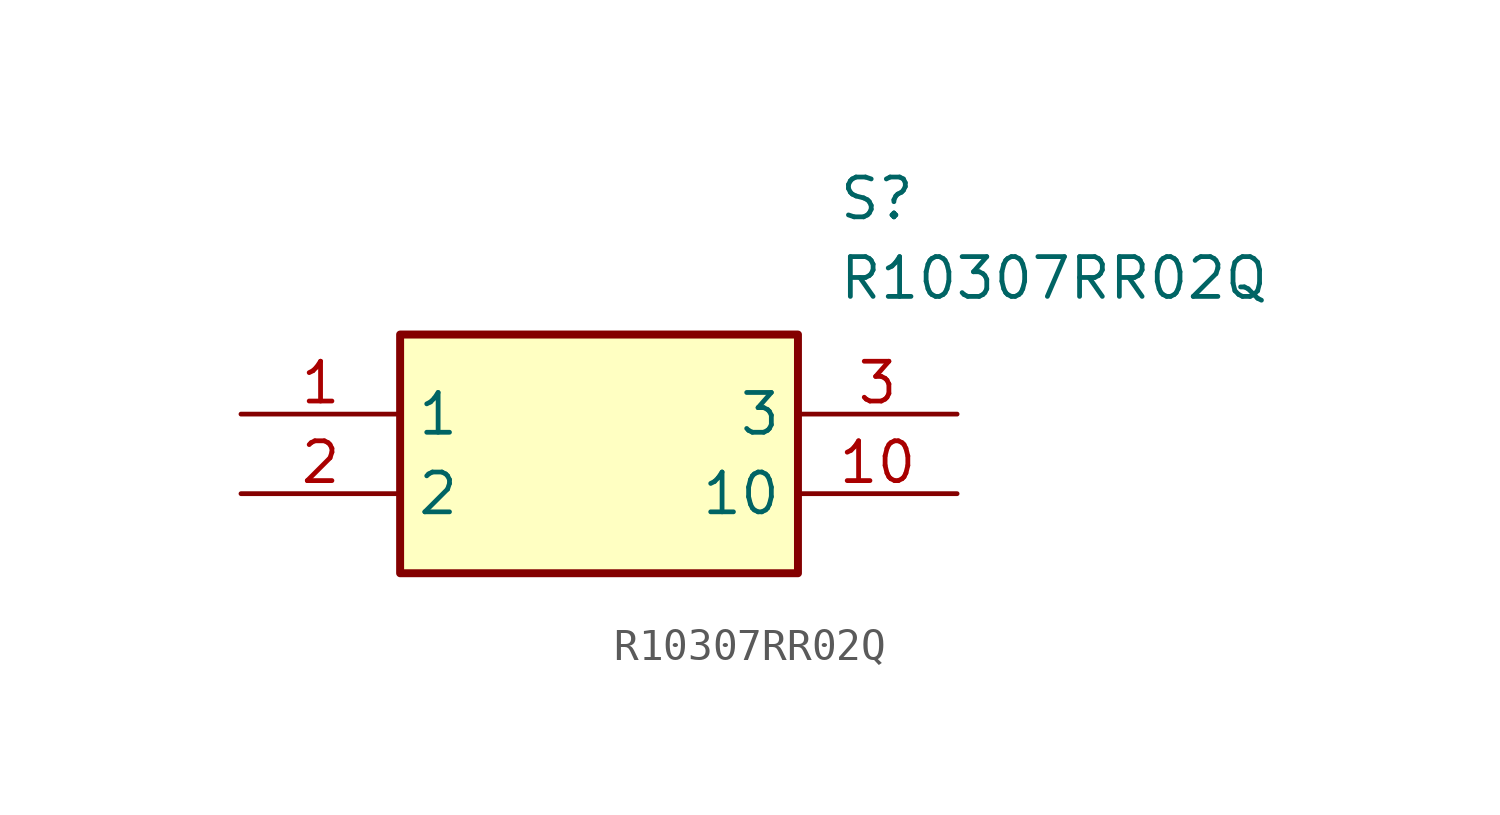
<source format=kicad_sym>
(kicad_symbol_lib
  (version 20211014)
  (generator SamacSys_ECAD_Model)
  (symbol "R10307RR02Q"
    (property "Reference" "S"
      (at 19.05 7.62 0)
      (effects (font (size 1.27 1.27)) (justify left top)))
    (property "Value" "R10307RR02Q"
      (at 19.05 5.08 0)
      (effects (font (size 1.27 1.27)) (justify left top)))
    (rectangle
      (start 5.08 2.54)
      (end 17.78 -5.08)
      (stroke (width 0.254) (type default))
      (fill (type background)))
    (pin passive line
      (at 0 0 0)
      (length 5.08)
      (name "1" (effects (font (size 1.27 1.27))))
      (number "1" (effects (font (size 1.27 1.27)))))
    (pin passive line
      (at 0 -2.54 0)
      (length 5.08)
      (name "2" (effects (font (size 1.27 1.27))))
      (number "2" (effects (font (size 1.27 1.27)))))
    (pin passive line
      (at 22.86 0 180)
      (length 5.08)
      (name "3" (effects (font (size 1.27 1.27))))
      (number "3" (effects (font (size 1.27 1.27)))))
    (pin passive line
      (at 22.86 -2.54 180)
      (length 5.08)
      (name "10" (effects (font (size 1.27 1.27))))
      (number "10" (effects (font (size 1.27 1.27)))))))
</source>
